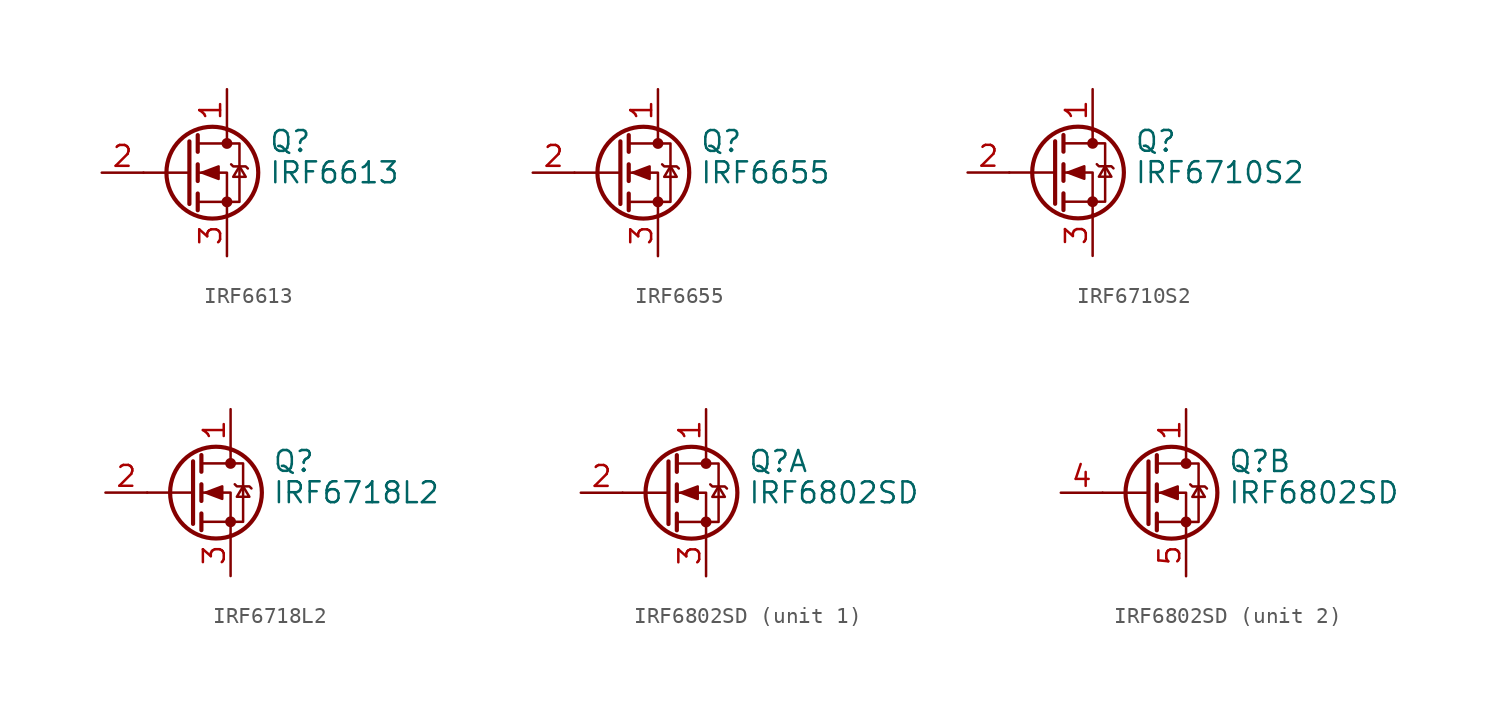
<source format=kicad_sym>
(kicad_symbol_lib
  (version 20211014)
  (generator kicad_symbol_editor)
  (symbol "IRF6613"
    (pin_names hide)
    (property "Reference" "Q"
      (at 5.08 1.905 0)
      (effects (font (size 1.27 1.27)) (justify left)))
    (property "Value" "IRF6613"
      (at 5.08 0 0)
      (effects (font (size 1.27 1.27)) (justify left)))
    (symbol "IRF6613_0_1"
      (polyline (pts (xy 0.254 0) (xy -2.54 0)) (stroke (width 0) (type default) (color 0 0 0 0)) (fill (type none)))
      (polyline (pts (xy 0.254 1.905) (xy 0.254 -1.905)) (stroke (width 0.254) (type default) (color 0 0 0 0)) (fill (type none)))
      (polyline (pts (xy 0.762 -1.27) (xy 0.762 -2.286)) (stroke (width 0.254) (type default) (color 0 0 0 0)) (fill (type none)))
      (polyline (pts (xy 0.762 0.508) (xy 0.762 -0.508)) (stroke (width 0.254) (type default) (color 0 0 0 0)) (fill (type none)))
      (polyline (pts (xy 0.762 2.286) (xy 0.762 1.27)) (stroke (width 0.254) (type default) (color 0 0 0 0)) (fill (type none)))
      (polyline (pts (xy 2.54 2.54) (xy 2.54 1.778)) (stroke (width 0) (type default) (color 0 0 0 0)) (fill (type none)))
      (polyline (pts (xy 2.54 -2.54) (xy 2.54 0) (xy 0.762 0)) (stroke (width 0) (type default) (color 0 0 0 0)) (fill (type none)))
      (polyline (pts (xy 0.762 -1.778) (xy 3.302 -1.778) (xy 3.302 1.778) (xy 0.762 1.778)) (stroke (width 0) (type default) (color 0 0 0 0)) (fill (type none)))
      (polyline (pts (xy 1.016 0) (xy 2.032 0.381) (xy 2.032 -0.381) (xy 1.016 0)) (stroke (width 0) (type default) (color 0 0 0 0)) (fill (type outline)))
      (polyline (pts (xy 2.794 0.508) (xy 2.921 0.381) (xy 3.683 0.381) (xy 3.81 0.254)) (stroke (width 0) (type default) (color 0 0 0 0)) (fill (type none)))
      (polyline (pts (xy 3.302 0.381) (xy 2.921 -0.254) (xy 3.683 -0.254) (xy 3.302 0.381)) (stroke (width 0) (type default) (color 0 0 0 0)) (fill (type none)))
      (circle (center 1.651 0) (radius 2.794) (stroke (width 0.254) (type default) (color 0 0 0 0)) (fill (type none)))
      (circle (center 2.54 -1.778) (radius 0.254) (stroke (width 0) (type default) (color 0 0 0 0)) (fill (type outline)))
      (circle (center 2.54 1.778) (radius 0.254) (stroke (width 0) (type default) (color 0 0 0 0)) (fill (type outline))))
    (symbol "IRF6613_1_1"
      (pin passive line (at 2.54 5.08 270) (length 2.54) (name "D" (effects (font (size 1.27 1.27)))) (number "1" (effects (font (size 1.27 1.27)))))
      (pin input line (at -5.08 0 0) (length 2.54) (name "G" (effects (font (size 1.27 1.27)))) (number "2" (effects (font (size 1.27 1.27)))))
      (pin passive line (at 2.54 -5.08 90) (length 2.54) (name "S" (effects (font (size 1.27 1.27)))) (number "3" (effects (font (size 1.27 1.27)))))))
  (symbol "IRF6655"
    (pin_names hide)
    (property "Reference" "Q"
      (at 5.08 1.905 0)
      (effects (font (size 1.27 1.27)) (justify left)))
    (property "Value" "IRF6655"
      (at 5.08 0 0)
      (effects (font (size 1.27 1.27)) (justify left)))
    (symbol "IRF6655_0_1"
      (polyline (pts (xy 0.254 0) (xy -2.54 0)) (stroke (width 0) (type default) (color 0 0 0 0)) (fill (type none)))
      (polyline (pts (xy 0.254 1.905) (xy 0.254 -1.905)) (stroke (width 0.254) (type default) (color 0 0 0 0)) (fill (type none)))
      (polyline (pts (xy 0.762 -1.27) (xy 0.762 -2.286)) (stroke (width 0.254) (type default) (color 0 0 0 0)) (fill (type none)))
      (polyline (pts (xy 0.762 0.508) (xy 0.762 -0.508)) (stroke (width 0.254) (type default) (color 0 0 0 0)) (fill (type none)))
      (polyline (pts (xy 0.762 2.286) (xy 0.762 1.27)) (stroke (width 0.254) (type default) (color 0 0 0 0)) (fill (type none)))
      (polyline (pts (xy 2.54 2.54) (xy 2.54 1.778)) (stroke (width 0) (type default) (color 0 0 0 0)) (fill (type none)))
      (polyline (pts (xy 2.54 -2.54) (xy 2.54 0) (xy 0.762 0)) (stroke (width 0) (type default) (color 0 0 0 0)) (fill (type none)))
      (polyline (pts (xy 0.762 -1.778) (xy 3.302 -1.778) (xy 3.302 1.778) (xy 0.762 1.778)) (stroke (width 0) (type default) (color 0 0 0 0)) (fill (type none)))
      (polyline (pts (xy 1.016 0) (xy 2.032 0.381) (xy 2.032 -0.381) (xy 1.016 0)) (stroke (width 0) (type default) (color 0 0 0 0)) (fill (type outline)))
      (polyline (pts (xy 2.794 0.508) (xy 2.921 0.381) (xy 3.683 0.381) (xy 3.81 0.254)) (stroke (width 0) (type default) (color 0 0 0 0)) (fill (type none)))
      (polyline (pts (xy 3.302 0.381) (xy 2.921 -0.254) (xy 3.683 -0.254) (xy 3.302 0.381)) (stroke (width 0) (type default) (color 0 0 0 0)) (fill (type none)))
      (circle (center 1.651 0) (radius 2.794) (stroke (width 0.254) (type default) (color 0 0 0 0)) (fill (type none)))
      (circle (center 2.54 -1.778) (radius 0.254) (stroke (width 0) (type default) (color 0 0 0 0)) (fill (type outline)))
      (circle (center 2.54 1.778) (radius 0.254) (stroke (width 0) (type default) (color 0 0 0 0)) (fill (type outline))))
    (symbol "IRF6655_1_1"
      (pin passive line (at 2.54 5.08 270) (length 2.54) (name "D" (effects (font (size 1.27 1.27)))) (number "1" (effects (font (size 1.27 1.27)))))
      (pin input line (at -5.08 0 0) (length 2.54) (name "G" (effects (font (size 1.27 1.27)))) (number "2" (effects (font (size 1.27 1.27)))))
      (pin passive line (at 2.54 -5.08 90) (length 2.54) (name "S" (effects (font (size 1.27 1.27)))) (number "3" (effects (font (size 1.27 1.27)))))))
  (symbol "IRF6710S2"
    (pin_names hide)
    (property "Reference" "Q"
      (at 5.08 1.905 0)
      (effects (font (size 1.27 1.27)) (justify left)))
    (property "Value" "IRF6710S2"
      (at 5.08 0 0)
      (effects (font (size 1.27 1.27)) (justify left)))
    (symbol "IRF6710S2_0_1"
      (polyline (pts (xy 0.254 0) (xy -2.54 0)) (stroke (width 0) (type default) (color 0 0 0 0)) (fill (type none)))
      (polyline (pts (xy 0.254 1.905) (xy 0.254 -1.905)) (stroke (width 0.254) (type default) (color 0 0 0 0)) (fill (type none)))
      (polyline (pts (xy 0.762 -1.27) (xy 0.762 -2.286)) (stroke (width 0.254) (type default) (color 0 0 0 0)) (fill (type none)))
      (polyline (pts (xy 0.762 0.508) (xy 0.762 -0.508)) (stroke (width 0.254) (type default) (color 0 0 0 0)) (fill (type none)))
      (polyline (pts (xy 0.762 2.286) (xy 0.762 1.27)) (stroke (width 0.254) (type default) (color 0 0 0 0)) (fill (type none)))
      (polyline (pts (xy 2.54 2.54) (xy 2.54 1.778)) (stroke (width 0) (type default) (color 0 0 0 0)) (fill (type none)))
      (polyline (pts (xy 2.54 -2.54) (xy 2.54 0) (xy 0.762 0)) (stroke (width 0) (type default) (color 0 0 0 0)) (fill (type none)))
      (polyline (pts (xy 0.762 -1.778) (xy 3.302 -1.778) (xy 3.302 1.778) (xy 0.762 1.778)) (stroke (width 0) (type default) (color 0 0 0 0)) (fill (type none)))
      (polyline (pts (xy 1.016 0) (xy 2.032 0.381) (xy 2.032 -0.381) (xy 1.016 0)) (stroke (width 0) (type default) (color 0 0 0 0)) (fill (type outline)))
      (polyline (pts (xy 2.794 0.508) (xy 2.921 0.381) (xy 3.683 0.381) (xy 3.81 0.254)) (stroke (width 0) (type default) (color 0 0 0 0)) (fill (type none)))
      (polyline (pts (xy 3.302 0.381) (xy 2.921 -0.254) (xy 3.683 -0.254) (xy 3.302 0.381)) (stroke (width 0) (type default) (color 0 0 0 0)) (fill (type none)))
      (circle (center 1.651 0) (radius 2.794) (stroke (width 0.254) (type default) (color 0 0 0 0)) (fill (type none)))
      (circle (center 2.54 -1.778) (radius 0.254) (stroke (width 0) (type default) (color 0 0 0 0)) (fill (type outline)))
      (circle (center 2.54 1.778) (radius 0.254) (stroke (width 0) (type default) (color 0 0 0 0)) (fill (type outline))))
    (symbol "IRF6710S2_1_1"
      (pin passive line (at 2.54 5.08 270) (length 2.54) (name "D" (effects (font (size 1.27 1.27)))) (number "1" (effects (font (size 1.27 1.27)))))
      (pin input line (at -5.08 0 0) (length 2.54) (name "G" (effects (font (size 1.27 1.27)))) (number "2" (effects (font (size 1.27 1.27)))))
      (pin passive line (at 2.54 -5.08 90) (length 2.54) (name "S" (effects (font (size 1.27 1.27)))) (number "3" (effects (font (size 1.27 1.27)))))))
  (symbol "IRF6718L2"
    (pin_names hide)
    (property "Reference" "Q"
      (at 5.08 1.905 0)
      (effects (font (size 1.27 1.27)) (justify left)))
    (property "Value" "IRF6718L2"
      (at 5.08 0 0)
      (effects (font (size 1.27 1.27)) (justify left)))
    (symbol "IRF6718L2_0_1"
      (polyline (pts (xy 0.254 0) (xy -2.54 0)) (stroke (width 0) (type default) (color 0 0 0 0)) (fill (type none)))
      (polyline (pts (xy 0.254 1.905) (xy 0.254 -1.905)) (stroke (width 0.254) (type default) (color 0 0 0 0)) (fill (type none)))
      (polyline (pts (xy 0.762 -1.27) (xy 0.762 -2.286)) (stroke (width 0.254) (type default) (color 0 0 0 0)) (fill (type none)))
      (polyline (pts (xy 0.762 0.508) (xy 0.762 -0.508)) (stroke (width 0.254) (type default) (color 0 0 0 0)) (fill (type none)))
      (polyline (pts (xy 0.762 2.286) (xy 0.762 1.27)) (stroke (width 0.254) (type default) (color 0 0 0 0)) (fill (type none)))
      (polyline (pts (xy 2.54 2.54) (xy 2.54 1.778)) (stroke (width 0) (type default) (color 0 0 0 0)) (fill (type none)))
      (polyline (pts (xy 2.54 -2.54) (xy 2.54 0) (xy 0.762 0)) (stroke (width 0) (type default) (color 0 0 0 0)) (fill (type none)))
      (polyline (pts (xy 0.762 -1.778) (xy 3.302 -1.778) (xy 3.302 1.778) (xy 0.762 1.778)) (stroke (width 0) (type default) (color 0 0 0 0)) (fill (type none)))
      (polyline (pts (xy 1.016 0) (xy 2.032 0.381) (xy 2.032 -0.381) (xy 1.016 0)) (stroke (width 0) (type default) (color 0 0 0 0)) (fill (type outline)))
      (polyline (pts (xy 2.794 0.508) (xy 2.921 0.381) (xy 3.683 0.381) (xy 3.81 0.254)) (stroke (width 0) (type default) (color 0 0 0 0)) (fill (type none)))
      (polyline (pts (xy 3.302 0.381) (xy 2.921 -0.254) (xy 3.683 -0.254) (xy 3.302 0.381)) (stroke (width 0) (type default) (color 0 0 0 0)) (fill (type none)))
      (circle (center 1.651 0) (radius 2.794) (stroke (width 0.254) (type default) (color 0 0 0 0)) (fill (type none)))
      (circle (center 2.54 -1.778) (radius 0.254) (stroke (width 0) (type default) (color 0 0 0 0)) (fill (type outline)))
      (circle (center 2.54 1.778) (radius 0.254) (stroke (width 0) (type default) (color 0 0 0 0)) (fill (type outline))))
    (symbol "IRF6718L2_1_1"
      (pin passive line (at 2.54 5.08 270) (length 2.54) (name "D" (effects (font (size 1.27 1.27)))) (number "1" (effects (font (size 1.27 1.27)))))
      (pin input line (at -5.08 0 0) (length 2.54) (name "G" (effects (font (size 1.27 1.27)))) (number "2" (effects (font (size 1.27 1.27)))))
      (pin passive line (at 2.54 -5.08 90) (length 2.54) (name "S" (effects (font (size 1.27 1.27)))) (number "3" (effects (font (size 1.27 1.27)))))))
  (symbol "IRF6802SD"
    (pin_names hide)
    (property "Reference" "Q"
      (at 5.08 1.905 0)
      (effects (font (size 1.27 1.27)) (justify left)))
    (property "Value" "IRF6802SD"
      (at 5.08 0 0)
      (effects (font (size 1.27 1.27)) (justify left)))
    (symbol "IRF6802SD_0_1"
      (polyline (pts (xy 0.254 0) (xy -2.54 0)) (stroke (width 0) (type default) (color 0 0 0 0)) (fill (type none)))
      (polyline (pts (xy 0.254 1.905) (xy 0.254 -1.905)) (stroke (width 0.254) (type default) (color 0 0 0 0)) (fill (type none)))
      (polyline (pts (xy 0.762 -1.27) (xy 0.762 -2.286)) (stroke (width 0.254) (type default) (color 0 0 0 0)) (fill (type none)))
      (polyline (pts (xy 0.762 0.508) (xy 0.762 -0.508)) (stroke (width 0.254) (type default) (color 0 0 0 0)) (fill (type none)))
      (polyline (pts (xy 0.762 2.286) (xy 0.762 1.27)) (stroke (width 0.254) (type default) (color 0 0 0 0)) (fill (type none)))
      (polyline (pts (xy 2.54 2.54) (xy 2.54 1.778)) (stroke (width 0) (type default) (color 0 0 0 0)) (fill (type none)))
      (polyline (pts (xy 2.54 -2.54) (xy 2.54 0) (xy 0.762 0)) (stroke (width 0) (type default) (color 0 0 0 0)) (fill (type none)))
      (polyline (pts (xy 0.762 -1.778) (xy 3.302 -1.778) (xy 3.302 1.778) (xy 0.762 1.778)) (stroke (width 0) (type default) (color 0 0 0 0)) (fill (type none)))
      (polyline (pts (xy 1.016 0) (xy 2.032 0.381) (xy 2.032 -0.381) (xy 1.016 0)) (stroke (width 0) (type default) (color 0 0 0 0)) (fill (type outline)))
      (polyline (pts (xy 2.794 0.508) (xy 2.921 0.381) (xy 3.683 0.381) (xy 3.81 0.254)) (stroke (width 0) (type default) (color 0 0 0 0)) (fill (type none)))
      (polyline (pts (xy 3.302 0.381) (xy 2.921 -0.254) (xy 3.683 -0.254) (xy 3.302 0.381)) (stroke (width 0) (type default) (color 0 0 0 0)) (fill (type none)))
      (circle (center 1.651 0) (radius 2.794) (stroke (width 0.254) (type default) (color 0 0 0 0)) (fill (type none)))
      (circle (center 2.54 -1.778) (radius 0.254) (stroke (width 0) (type default) (color 0 0 0 0)) (fill (type outline)))
      (circle (center 2.54 1.778) (radius 0.254) (stroke (width 0) (type default) (color 0 0 0 0)) (fill (type outline))))
    (symbol "IRF6802SD_1_1"
      (pin passive line (at 2.54 5.08 270) (length 2.54) (name "D" (effects (font (size 1.27 1.27)))) (number "1" (effects (font (size 1.27 1.27)))))
      (pin input line (at -5.08 0 0) (length 2.54) (name "G1" (effects (font (size 1.27 1.27)))) (number "2" (effects (font (size 1.27 1.27)))))
      (pin passive line (at 2.54 -5.08 90) (length 2.54) (name "S1" (effects (font (size 1.27 1.27)))) (number "3" (effects (font (size 1.27 1.27))))))
    (symbol "IRF6802SD_2_1"
      (pin passive line (at 2.54 5.08 270) (length 2.54) (name "D" (effects (font (size 1.27 1.27)))) (number "1" (effects (font (size 1.27 1.27)))))
      (pin input line (at -5.08 0 0) (length 2.54) (name "G2" (effects (font (size 1.27 1.27)))) (number "4" (effects (font (size 1.27 1.27)))))
      (pin passive line (at 2.54 -5.08 90) (length 2.54) (name "S2" (effects (font (size 1.27 1.27)))) (number "5" (effects (font (size 1.27 1.27))))))))
</source>
